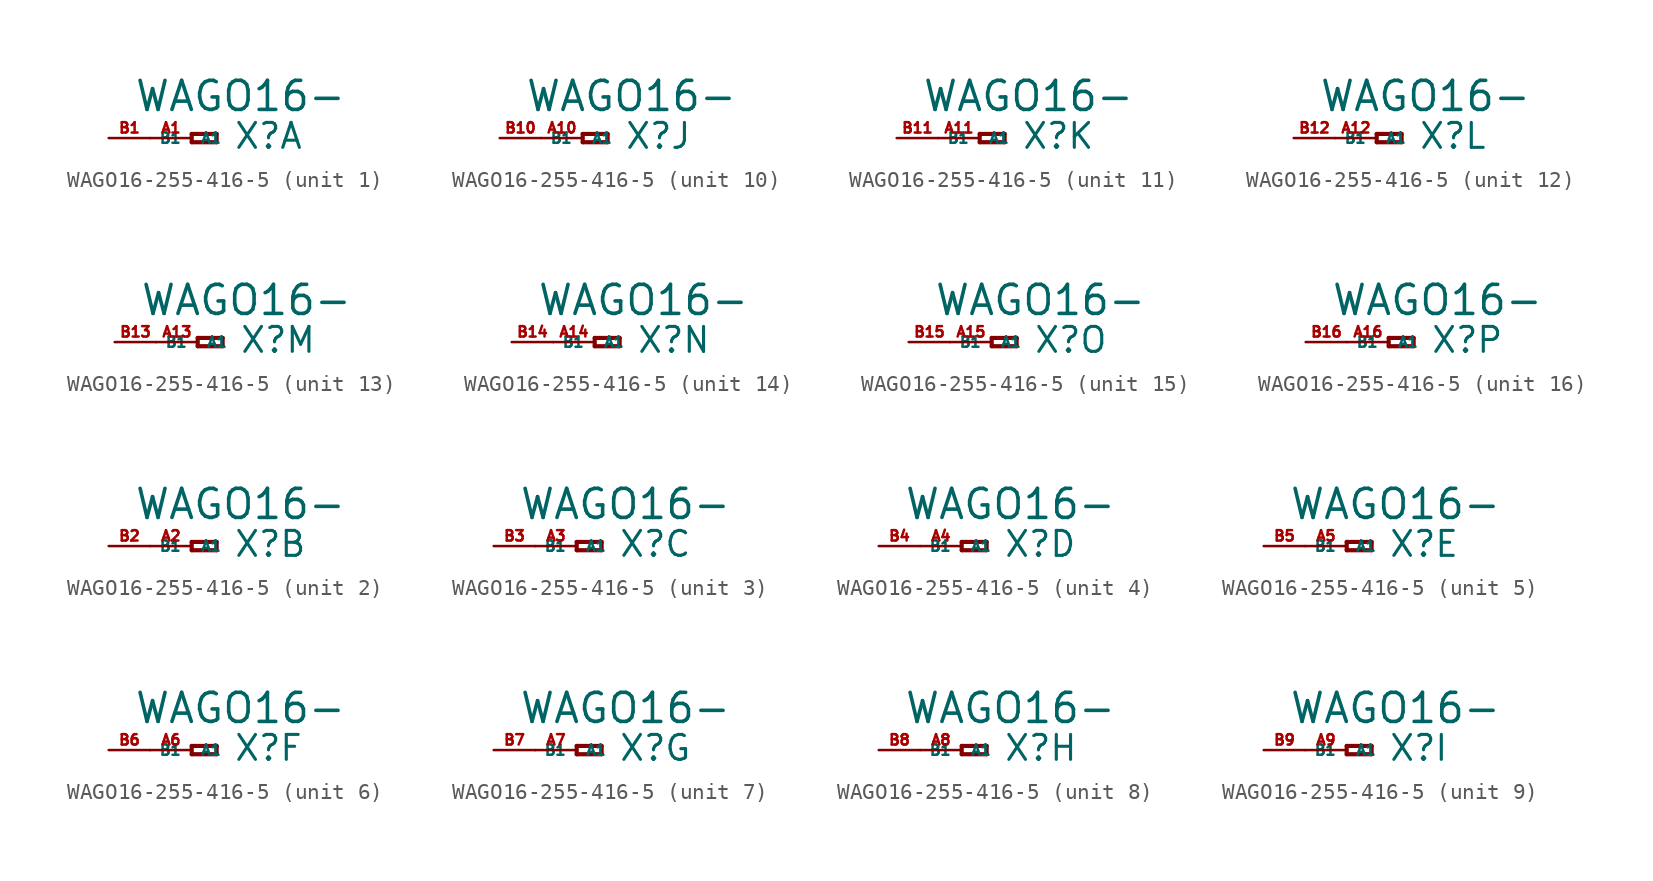
<source format=kicad_sym>
(kicad_symbol_lib
  (version 20220914)
  (generator Eagle2Kicad)
  (symbol "WAGO16-255-416-5"
    (property "Reference" "X"
      (at 2.54 -0.762 0)
      (effects (font (size 1.524 1.524) (thickness 0.19)) (justify left bottom)))
    (property "Value" "WAGO16-"
      (at -3.556 1.524 0)
      (effects (font (size 1.778 1.778) (thickness 0.22)) (justify left bottom)))
    (symbol "WAGO16-255-416-5_1_0"
      (polyline (pts (xy 0 0.254) (xy 0 -0.254)) (stroke (width 0.254) (type default)) (fill (type none)))
      (polyline (pts (xy 0 -0.254) (xy 1.524 -0.254)) (stroke (width 0.254) (type default)) (fill (type none)))
      (polyline (pts (xy 1.524 -0.254) (xy 1.524 0.254)) (stroke (width 0.254) (type default)) (fill (type none)))
      (polyline (pts (xy 1.524 0.254) (xy 0 0.254)) (stroke (width 0.254) (type default)) (fill (type none)))
      (pin passive line (at -2.54 0 0) (length 2.54) (name "A1" (effects (font (size 0.635 0.635) (thickness 0.08)) (justify left bottom))) (number "A1" (effects (font (size 0.635 0.635) (thickness 0.08)) (justify left bottom))))
      (pin passive line (at -5.08 0 0) (length 2.54) (name "B1" (effects (font (size 0.635 0.635) (thickness 0.08)) (justify left bottom))) (number "B1" (effects (font (size 0.635 0.635) (thickness 0.08)) (justify left bottom)))))
    (symbol "WAGO16-255-416-5_2_0"
      (polyline (pts (xy 0 0.254) (xy 0 -0.254)) (stroke (width 0.254) (type default)) (fill (type none)))
      (polyline (pts (xy 0 -0.254) (xy 1.524 -0.254)) (stroke (width 0.254) (type default)) (fill (type none)))
      (polyline (pts (xy 1.524 -0.254) (xy 1.524 0.254)) (stroke (width 0.254) (type default)) (fill (type none)))
      (polyline (pts (xy 1.524 0.254) (xy 0 0.254)) (stroke (width 0.254) (type default)) (fill (type none)))
      (pin passive line (at -2.54 0 0) (length 2.54) (name "A1" (effects (font (size 0.635 0.635) (thickness 0.08)) (justify left bottom))) (number "A2" (effects (font (size 0.635 0.635) (thickness 0.08)) (justify left bottom))))
      (pin passive line (at -5.08 0 0) (length 2.54) (name "B1" (effects (font (size 0.635 0.635) (thickness 0.08)) (justify left bottom))) (number "B2" (effects (font (size 0.635 0.635) (thickness 0.08)) (justify left bottom)))))
    (symbol "WAGO16-255-416-5_3_0"
      (polyline (pts (xy 0 0.254) (xy 0 -0.254)) (stroke (width 0.254) (type default)) (fill (type none)))
      (polyline (pts (xy 0 -0.254) (xy 1.524 -0.254)) (stroke (width 0.254) (type default)) (fill (type none)))
      (polyline (pts (xy 1.524 -0.254) (xy 1.524 0.254)) (stroke (width 0.254) (type default)) (fill (type none)))
      (polyline (pts (xy 1.524 0.254) (xy 0 0.254)) (stroke (width 0.254) (type default)) (fill (type none)))
      (pin passive line (at -2.54 0 0) (length 2.54) (name "A1" (effects (font (size 0.635 0.635) (thickness 0.08)) (justify left bottom))) (number "A3" (effects (font (size 0.635 0.635) (thickness 0.08)) (justify left bottom))))
      (pin passive line (at -5.08 0 0) (length 2.54) (name "B1" (effects (font (size 0.635 0.635) (thickness 0.08)) (justify left bottom))) (number "B3" (effects (font (size 0.635 0.635) (thickness 0.08)) (justify left bottom)))))
    (symbol "WAGO16-255-416-5_4_0"
      (polyline (pts (xy 0 0.254) (xy 0 -0.254)) (stroke (width 0.254) (type default)) (fill (type none)))
      (polyline (pts (xy 0 -0.254) (xy 1.524 -0.254)) (stroke (width 0.254) (type default)) (fill (type none)))
      (polyline (pts (xy 1.524 -0.254) (xy 1.524 0.254)) (stroke (width 0.254) (type default)) (fill (type none)))
      (polyline (pts (xy 1.524 0.254) (xy 0 0.254)) (stroke (width 0.254) (type default)) (fill (type none)))
      (pin passive line (at -2.54 0 0) (length 2.54) (name "A1" (effects (font (size 0.635 0.635) (thickness 0.08)) (justify left bottom))) (number "A4" (effects (font (size 0.635 0.635) (thickness 0.08)) (justify left bottom))))
      (pin passive line (at -5.08 0 0) (length 2.54) (name "B1" (effects (font (size 0.635 0.635) (thickness 0.08)) (justify left bottom))) (number "B4" (effects (font (size 0.635 0.635) (thickness 0.08)) (justify left bottom)))))
    (symbol "WAGO16-255-416-5_5_0"
      (polyline (pts (xy 0 0.254) (xy 0 -0.254)) (stroke (width 0.254) (type default)) (fill (type none)))
      (polyline (pts (xy 0 -0.254) (xy 1.524 -0.254)) (stroke (width 0.254) (type default)) (fill (type none)))
      (polyline (pts (xy 1.524 -0.254) (xy 1.524 0.254)) (stroke (width 0.254) (type default)) (fill (type none)))
      (polyline (pts (xy 1.524 0.254) (xy 0 0.254)) (stroke (width 0.254) (type default)) (fill (type none)))
      (pin passive line (at -2.54 0 0) (length 2.54) (name "A1" (effects (font (size 0.635 0.635) (thickness 0.08)) (justify left bottom))) (number "A5" (effects (font (size 0.635 0.635) (thickness 0.08)) (justify left bottom))))
      (pin passive line (at -5.08 0 0) (length 2.54) (name "B1" (effects (font (size 0.635 0.635) (thickness 0.08)) (justify left bottom))) (number "B5" (effects (font (size 0.635 0.635) (thickness 0.08)) (justify left bottom)))))
    (symbol "WAGO16-255-416-5_6_0"
      (polyline (pts (xy 0 0.254) (xy 0 -0.254)) (stroke (width 0.254) (type default)) (fill (type none)))
      (polyline (pts (xy 0 -0.254) (xy 1.524 -0.254)) (stroke (width 0.254) (type default)) (fill (type none)))
      (polyline (pts (xy 1.524 -0.254) (xy 1.524 0.254)) (stroke (width 0.254) (type default)) (fill (type none)))
      (polyline (pts (xy 1.524 0.254) (xy 0 0.254)) (stroke (width 0.254) (type default)) (fill (type none)))
      (pin passive line (at -2.54 0 0) (length 2.54) (name "A1" (effects (font (size 0.635 0.635) (thickness 0.08)) (justify left bottom))) (number "A6" (effects (font (size 0.635 0.635) (thickness 0.08)) (justify left bottom))))
      (pin passive line (at -5.08 0 0) (length 2.54) (name "B1" (effects (font (size 0.635 0.635) (thickness 0.08)) (justify left bottom))) (number "B6" (effects (font (size 0.635 0.635) (thickness 0.08)) (justify left bottom)))))
    (symbol "WAGO16-255-416-5_7_0"
      (polyline (pts (xy 0 0.254) (xy 0 -0.254)) (stroke (width 0.254) (type default)) (fill (type none)))
      (polyline (pts (xy 0 -0.254) (xy 1.524 -0.254)) (stroke (width 0.254) (type default)) (fill (type none)))
      (polyline (pts (xy 1.524 -0.254) (xy 1.524 0.254)) (stroke (width 0.254) (type default)) (fill (type none)))
      (polyline (pts (xy 1.524 0.254) (xy 0 0.254)) (stroke (width 0.254) (type default)) (fill (type none)))
      (pin passive line (at -2.54 0 0) (length 2.54) (name "A1" (effects (font (size 0.635 0.635) (thickness 0.08)) (justify left bottom))) (number "A7" (effects (font (size 0.635 0.635) (thickness 0.08)) (justify left bottom))))
      (pin passive line (at -5.08 0 0) (length 2.54) (name "B1" (effects (font (size 0.635 0.635) (thickness 0.08)) (justify left bottom))) (number "B7" (effects (font (size 0.635 0.635) (thickness 0.08)) (justify left bottom)))))
    (symbol "WAGO16-255-416-5_8_0"
      (polyline (pts (xy 0 0.254) (xy 0 -0.254)) (stroke (width 0.254) (type default)) (fill (type none)))
      (polyline (pts (xy 0 -0.254) (xy 1.524 -0.254)) (stroke (width 0.254) (type default)) (fill (type none)))
      (polyline (pts (xy 1.524 -0.254) (xy 1.524 0.254)) (stroke (width 0.254) (type default)) (fill (type none)))
      (polyline (pts (xy 1.524 0.254) (xy 0 0.254)) (stroke (width 0.254) (type default)) (fill (type none)))
      (pin passive line (at -2.54 0 0) (length 2.54) (name "A1" (effects (font (size 0.635 0.635) (thickness 0.08)) (justify left bottom))) (number "A8" (effects (font (size 0.635 0.635) (thickness 0.08)) (justify left bottom))))
      (pin passive line (at -5.08 0 0) (length 2.54) (name "B1" (effects (font (size 0.635 0.635) (thickness 0.08)) (justify left bottom))) (number "B8" (effects (font (size 0.635 0.635) (thickness 0.08)) (justify left bottom)))))
    (symbol "WAGO16-255-416-5_9_0"
      (polyline (pts (xy 0 0.254) (xy 0 -0.254)) (stroke (width 0.254) (type default)) (fill (type none)))
      (polyline (pts (xy 0 -0.254) (xy 1.524 -0.254)) (stroke (width 0.254) (type default)) (fill (type none)))
      (polyline (pts (xy 1.524 -0.254) (xy 1.524 0.254)) (stroke (width 0.254) (type default)) (fill (type none)))
      (polyline (pts (xy 1.524 0.254) (xy 0 0.254)) (stroke (width 0.254) (type default)) (fill (type none)))
      (pin passive line (at -2.54 0 0) (length 2.54) (name "A1" (effects (font (size 0.635 0.635) (thickness 0.08)) (justify left bottom))) (number "A9" (effects (font (size 0.635 0.635) (thickness 0.08)) (justify left bottom))))
      (pin passive line (at -5.08 0 0) (length 2.54) (name "B1" (effects (font (size 0.635 0.635) (thickness 0.08)) (justify left bottom))) (number "B9" (effects (font (size 0.635 0.635) (thickness 0.08)) (justify left bottom)))))
    (symbol "WAGO16-255-416-5_10_0"
      (polyline (pts (xy 0 0.254) (xy 0 -0.254)) (stroke (width 0.254) (type default)) (fill (type none)))
      (polyline (pts (xy 0 -0.254) (xy 1.524 -0.254)) (stroke (width 0.254) (type default)) (fill (type none)))
      (polyline (pts (xy 1.524 -0.254) (xy 1.524 0.254)) (stroke (width 0.254) (type default)) (fill (type none)))
      (polyline (pts (xy 1.524 0.254) (xy 0 0.254)) (stroke (width 0.254) (type default)) (fill (type none)))
      (pin passive line (at -2.54 0 0) (length 2.54) (name "A1" (effects (font (size 0.635 0.635) (thickness 0.08)) (justify left bottom))) (number "A10" (effects (font (size 0.635 0.635) (thickness 0.08)) (justify left bottom))))
      (pin passive line (at -5.08 0 0) (length 2.54) (name "B1" (effects (font (size 0.635 0.635) (thickness 0.08)) (justify left bottom))) (number "B10" (effects (font (size 0.635 0.635) (thickness 0.08)) (justify left bottom)))))
    (symbol "WAGO16-255-416-5_11_0"
      (polyline (pts (xy 0 0.254) (xy 0 -0.254)) (stroke (width 0.254) (type default)) (fill (type none)))
      (polyline (pts (xy 0 -0.254) (xy 1.524 -0.254)) (stroke (width 0.254) (type default)) (fill (type none)))
      (polyline (pts (xy 1.524 -0.254) (xy 1.524 0.254)) (stroke (width 0.254) (type default)) (fill (type none)))
      (polyline (pts (xy 1.524 0.254) (xy 0 0.254)) (stroke (width 0.254) (type default)) (fill (type none)))
      (pin passive line (at -2.54 0 0) (length 2.54) (name "A1" (effects (font (size 0.635 0.635) (thickness 0.08)) (justify left bottom))) (number "A11" (effects (font (size 0.635 0.635) (thickness 0.08)) (justify left bottom))))
      (pin passive line (at -5.08 0 0) (length 2.54) (name "B1" (effects (font (size 0.635 0.635) (thickness 0.08)) (justify left bottom))) (number "B11" (effects (font (size 0.635 0.635) (thickness 0.08)) (justify left bottom)))))
    (symbol "WAGO16-255-416-5_12_0"
      (polyline (pts (xy 0 0.254) (xy 0 -0.254)) (stroke (width 0.254) (type default)) (fill (type none)))
      (polyline (pts (xy 0 -0.254) (xy 1.524 -0.254)) (stroke (width 0.254) (type default)) (fill (type none)))
      (polyline (pts (xy 1.524 -0.254) (xy 1.524 0.254)) (stroke (width 0.254) (type default)) (fill (type none)))
      (polyline (pts (xy 1.524 0.254) (xy 0 0.254)) (stroke (width 0.254) (type default)) (fill (type none)))
      (pin passive line (at -2.54 0 0) (length 2.54) (name "A1" (effects (font (size 0.635 0.635) (thickness 0.08)) (justify left bottom))) (number "A12" (effects (font (size 0.635 0.635) (thickness 0.08)) (justify left bottom))))
      (pin passive line (at -5.08 0 0) (length 2.54) (name "B1" (effects (font (size 0.635 0.635) (thickness 0.08)) (justify left bottom))) (number "B12" (effects (font (size 0.635 0.635) (thickness 0.08)) (justify left bottom)))))
    (symbol "WAGO16-255-416-5_13_0"
      (polyline (pts (xy 0 0.254) (xy 0 -0.254)) (stroke (width 0.254) (type default)) (fill (type none)))
      (polyline (pts (xy 0 -0.254) (xy 1.524 -0.254)) (stroke (width 0.254) (type default)) (fill (type none)))
      (polyline (pts (xy 1.524 -0.254) (xy 1.524 0.254)) (stroke (width 0.254) (type default)) (fill (type none)))
      (polyline (pts (xy 1.524 0.254) (xy 0 0.254)) (stroke (width 0.254) (type default)) (fill (type none)))
      (pin passive line (at -2.54 0 0) (length 2.54) (name "A1" (effects (font (size 0.635 0.635) (thickness 0.08)) (justify left bottom))) (number "A13" (effects (font (size 0.635 0.635) (thickness 0.08)) (justify left bottom))))
      (pin passive line (at -5.08 0 0) (length 2.54) (name "B1" (effects (font (size 0.635 0.635) (thickness 0.08)) (justify left bottom))) (number "B13" (effects (font (size 0.635 0.635) (thickness 0.08)) (justify left bottom)))))
    (symbol "WAGO16-255-416-5_14_0"
      (polyline (pts (xy 0 0.254) (xy 0 -0.254)) (stroke (width 0.254) (type default)) (fill (type none)))
      (polyline (pts (xy 0 -0.254) (xy 1.524 -0.254)) (stroke (width 0.254) (type default)) (fill (type none)))
      (polyline (pts (xy 1.524 -0.254) (xy 1.524 0.254)) (stroke (width 0.254) (type default)) (fill (type none)))
      (polyline (pts (xy 1.524 0.254) (xy 0 0.254)) (stroke (width 0.254) (type default)) (fill (type none)))
      (pin passive line (at -2.54 0 0) (length 2.54) (name "A1" (effects (font (size 0.635 0.635) (thickness 0.08)) (justify left bottom))) (number "A14" (effects (font (size 0.635 0.635) (thickness 0.08)) (justify left bottom))))
      (pin passive line (at -5.08 0 0) (length 2.54) (name "B1" (effects (font (size 0.635 0.635) (thickness 0.08)) (justify left bottom))) (number "B14" (effects (font (size 0.635 0.635) (thickness 0.08)) (justify left bottom)))))
    (symbol "WAGO16-255-416-5_15_0"
      (polyline (pts (xy 0 0.254) (xy 0 -0.254)) (stroke (width 0.254) (type default)) (fill (type none)))
      (polyline (pts (xy 0 -0.254) (xy 1.524 -0.254)) (stroke (width 0.254) (type default)) (fill (type none)))
      (polyline (pts (xy 1.524 -0.254) (xy 1.524 0.254)) (stroke (width 0.254) (type default)) (fill (type none)))
      (polyline (pts (xy 1.524 0.254) (xy 0 0.254)) (stroke (width 0.254) (type default)) (fill (type none)))
      (pin passive line (at -2.54 0 0) (length 2.54) (name "A1" (effects (font (size 0.635 0.635) (thickness 0.08)) (justify left bottom))) (number "A15" (effects (font (size 0.635 0.635) (thickness 0.08)) (justify left bottom))))
      (pin passive line (at -5.08 0 0) (length 2.54) (name "B1" (effects (font (size 0.635 0.635) (thickness 0.08)) (justify left bottom))) (number "B15" (effects (font (size 0.635 0.635) (thickness 0.08)) (justify left bottom)))))
    (symbol "WAGO16-255-416-5_16_0"
      (polyline (pts (xy 0 0.254) (xy 0 -0.254)) (stroke (width 0.254) (type default)) (fill (type none)))
      (polyline (pts (xy 0 -0.254) (xy 1.524 -0.254)) (stroke (width 0.254) (type default)) (fill (type none)))
      (polyline (pts (xy 1.524 -0.254) (xy 1.524 0.254)) (stroke (width 0.254) (type default)) (fill (type none)))
      (polyline (pts (xy 1.524 0.254) (xy 0 0.254)) (stroke (width 0.254) (type default)) (fill (type none)))
      (pin passive line (at -2.54 0 0) (length 2.54) (name "A1" (effects (font (size 0.635 0.635) (thickness 0.08)) (justify left bottom))) (number "A16" (effects (font (size 0.635 0.635) (thickness 0.08)) (justify left bottom))))
      (pin passive line (at -5.08 0 0) (length 2.54) (name "B1" (effects (font (size 0.635 0.635) (thickness 0.08)) (justify left bottom))) (number "B16" (effects (font (size 0.635 0.635) (thickness 0.08)) (justify left bottom)))))))
</source>
